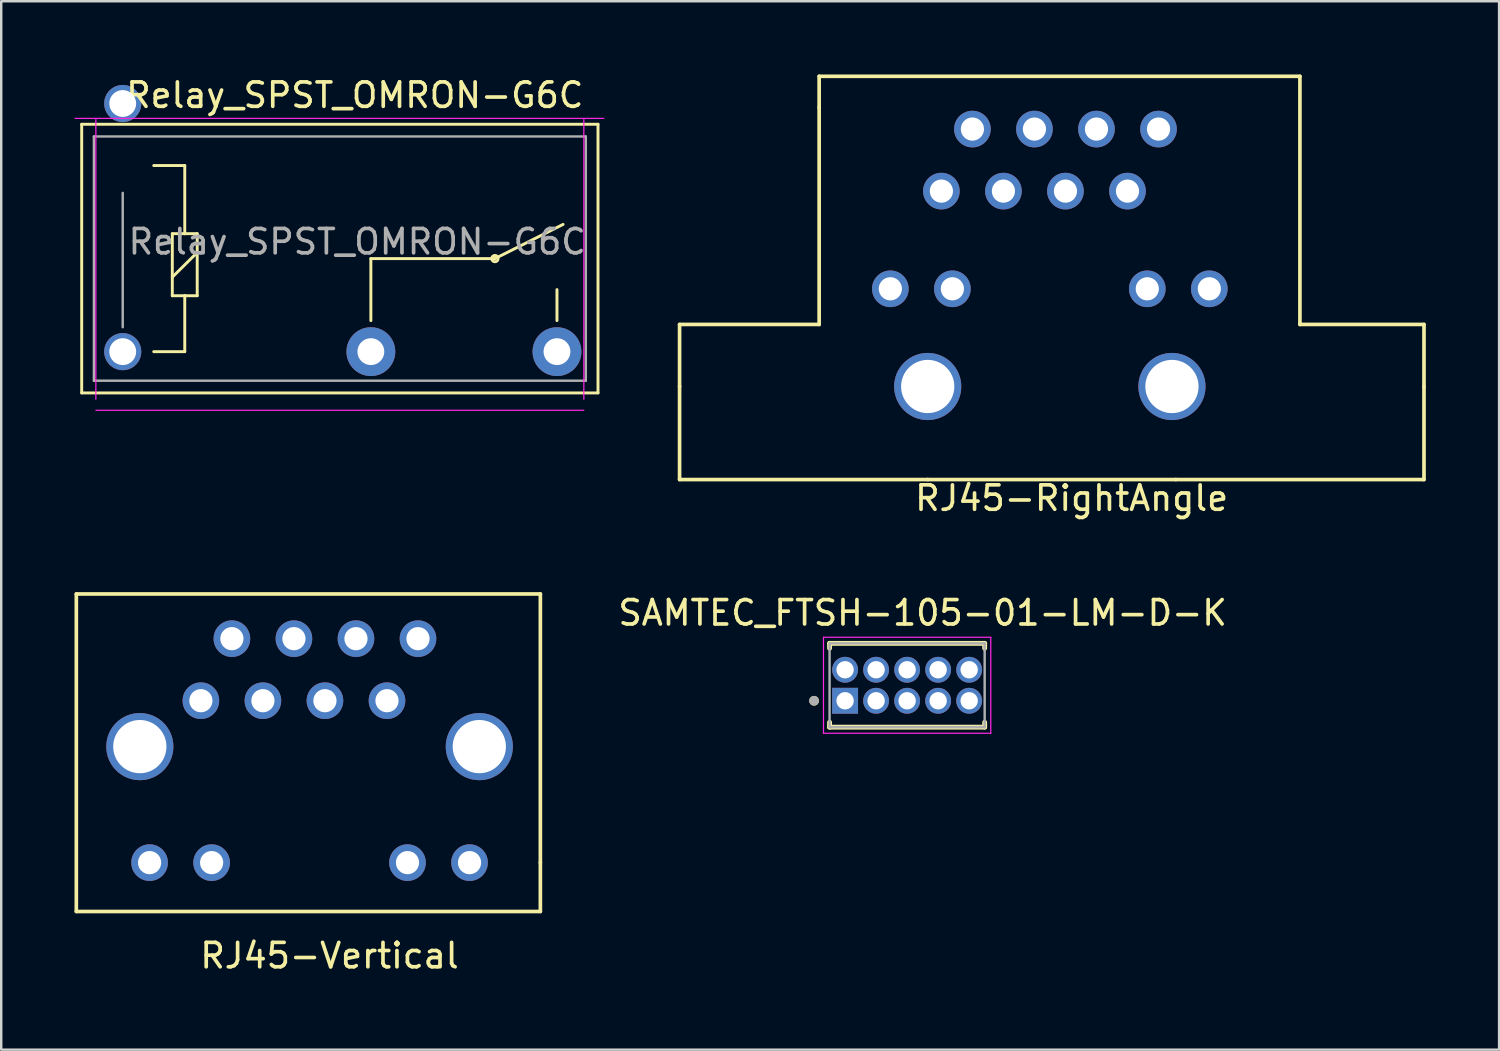
<source format=kicad_pcb>
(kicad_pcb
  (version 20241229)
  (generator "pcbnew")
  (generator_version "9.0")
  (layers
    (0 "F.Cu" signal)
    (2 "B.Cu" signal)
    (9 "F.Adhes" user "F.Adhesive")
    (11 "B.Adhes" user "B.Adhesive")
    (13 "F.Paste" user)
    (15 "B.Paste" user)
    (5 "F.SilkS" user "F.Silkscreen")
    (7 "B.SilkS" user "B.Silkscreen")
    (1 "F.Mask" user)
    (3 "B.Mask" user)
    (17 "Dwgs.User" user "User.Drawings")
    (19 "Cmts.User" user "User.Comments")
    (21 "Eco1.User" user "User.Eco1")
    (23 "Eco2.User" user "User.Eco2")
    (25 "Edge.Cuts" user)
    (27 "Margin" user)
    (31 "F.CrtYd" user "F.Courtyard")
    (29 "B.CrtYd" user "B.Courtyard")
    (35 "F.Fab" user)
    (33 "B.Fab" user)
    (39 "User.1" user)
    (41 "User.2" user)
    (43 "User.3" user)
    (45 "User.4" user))
  (footprint "RJ45-RightAngle"
    (layer "F.Cu")
    (at 34.935 12.775)
    (property "Reference" "RJ45-RightAngle" (at 5.893 4.572 0) (layer "F.SilkS") (effects (font (size 1 1) (thickness 0.15))))
    (attr through_hole)
    (fp_line (start -10.16 -2.54) (end -10.16 0) (stroke (width 0.15) (type solid)) (layer "F.SilkS"))
    (fp_line (start -10.16 -2.54) (end -4.445 -2.54) (stroke (width 0.15) (type solid)) (layer "F.SilkS"))
    (fp_line (start -10.16 0) (end -10.16 3.81) (stroke (width 0.15) (type solid)) (layer "F.SilkS"))
    (fp_line (start -10.16 3.81) (end 0 3.81) (stroke (width 0.15) (type solid)) (layer "F.SilkS"))
    (fp_line (start -4.445 -12.7) (end -4.445 -11.43) (stroke (width 0.15) (type solid)) (layer "F.SilkS"))
    (fp_line (start -4.445 -12.7) (end 15.24 -12.7) (stroke (width 0.15) (type solid)) (layer "F.SilkS"))
    (fp_line (start -4.445 -2.54) (end -4.445 -11.43) (stroke (width 0.15) (type solid)) (layer "F.SilkS"))
    (fp_line (start 10.16 3.81) (end 0 3.81) (stroke (width 0.15) (type solid)) (layer "F.SilkS"))
    (fp_line (start 15.24 -2.54) (end 15.24 -12.7) (stroke (width 0.15) (type solid)) (layer "F.SilkS"))
    (fp_line (start 20.32 -2.54) (end 15.24 -2.54) (stroke (width 0.15) (type solid)) (layer "F.SilkS"))
    (fp_line (start 20.32 -2.54) (end 20.32 0) (stroke (width 0.15) (type solid)) (layer "F.SilkS"))
    (fp_line (start 20.32 0) (end 20.32 3.81) (stroke (width 0.15) (type solid)) (layer "F.SilkS"))
    (fp_line (start 20.32 3.81) (end 10.16 3.81) (stroke (width 0.15) (type solid)) (layer "F.SilkS"))
    (pad "1" thru_hole circle (at 0.56 -8) (size 1.5 1.5) (drill 0.95) (layers "*.Cu" "*.Mask"))
    (pad "2" thru_hole circle (at 1.83 -10.54) (size 1.5 1.5) (drill 0.95) (layers "*.Cu" "*.Mask"))
    (pad "3" thru_hole circle (at 3.1 -8) (size 1.5 1.5) (drill 0.95) (layers "*.Cu" "*.Mask"))
    (pad "4" thru_hole circle (at 4.37 -10.54) (size 1.5 1.5) (drill 0.95) (layers "*.Cu" "*.Mask"))
    (pad "5" thru_hole circle (at 5.64 -8) (size 1.5 1.5) (drill 0.95) (layers "*.Cu" "*.Mask"))
    (pad "6" thru_hole circle (at 6.91 -10.54) (size 1.5 1.5) (drill 0.95) (layers "*.Cu" "*.Mask"))
    (pad "7" thru_hole circle (at 8.18 -8) (size 1.5 1.5) (drill 0.95) (layers "*.Cu" "*.Mask"))
    (pad "8" thru_hole circle (at 9.45 -10.54) (size 1.5 1.5) (drill 0.95) (layers "*.Cu" "*.Mask"))
    (pad "9" thru_hole circle (at 11.53 -4) (size 1.5 1.5) (drill 0.95) (layers "*.Cu" "*.Mask"))
    (pad "10" thru_hole circle (at 8.99 -4) (size 1.5 1.5) (drill 0.95) (layers "*.Cu" "*.Mask"))
    (pad "11" thru_hole circle (at 1.01 -4) (size 1.5 1.5) (drill 0.95) (layers "*.Cu" "*.Mask"))
    (pad "12" thru_hole circle (at -1.53 -4) (size 1.5 1.5) (drill 0.95) (layers "*.Cu" "*.Mask"))
    (pad "13" thru_hole circle (at 0 0) (size 2.75 2.75) (drill 2.18) (layers "*.Cu" "*.Mask"))
    (pad "14" thru_hole circle (at 10 0) (size 2.75 2.75) (drill 2.18) (layers "*.Cu" "*.Mask")))
  (footprint "RJ45-Vertical"
    (layer "F.Cu")
    (at 3.075 32.27)
    (property "Reference" "RJ45-Vertical" (at 7.366 3.81 0) (layer "F.SilkS") (effects (font (size 1 1) (thickness 0.15))))
    (attr through_hole)
    (fp_line (start -3 -11) (end -3 2) (stroke (width 0.15) (type solid)) (layer "F.SilkS"))
    (fp_line (start -3 2) (end 16 2) (stroke (width 0.15) (type solid)) (layer "F.SilkS"))
    (fp_line (start 16 -11) (end -3 -11) (stroke (width 0.15) (type solid)) (layer "F.SilkS"))
    (fp_line (start 16 0) (end 16 -11) (stroke (width 0.15) (type solid)) (layer "F.SilkS"))
    (fp_line (start 16 2) (end 16 0) (stroke (width 0.15) (type solid)) (layer "F.SilkS"))
    (pad "1" thru_hole circle (at 2.1 -6.63) (size 1.5 1.5) (drill 0.95) (layers "*.Cu" "*.Mask"))
    (pad "2" thru_hole circle (at 3.37 -9.17) (size 1.5 1.5) (drill 0.95) (layers "*.Cu" "*.Mask"))
    (pad "3" thru_hole circle (at 4.64 -6.63) (size 1.5 1.5) (drill 0.95) (layers "*.Cu" "*.Mask"))
    (pad "4" thru_hole circle (at 5.91 -9.17) (size 1.5 1.5) (drill 0.95) (layers "*.Cu" "*.Mask"))
    (pad "5" thru_hole circle (at 7.18 -6.63) (size 1.5 1.5) (drill 0.95) (layers "*.Cu" "*.Mask"))
    (pad "6" thru_hole circle (at 8.45 -9.17) (size 1.5 1.5) (drill 0.95) (layers "*.Cu" "*.Mask" "F.Paste"))
    (pad "7" thru_hole circle (at 9.72 -6.63) (size 1.5 1.5) (drill 0.95) (layers "*.Cu" "*.Mask"))
    (pad "8" thru_hole circle (at 10.99 -9.17) (size 1.5 1.5) (drill 0.95) (layers "*.Cu" "*.Mask"))
    (pad "9" thru_hole circle (at 13.1 0) (size 1.5 1.5) (drill 0.95) (layers "*.Cu" "*.Mask"))
    (pad "10" thru_hole circle (at 10.56 0) (size 1.5 1.5) (drill 0.95) (layers "*.Cu" "*.Mask"))
    (pad "11" thru_hole circle (at 2.54 0) (size 1.5 1.5) (drill 0.95) (layers "*.Cu" "*.Mask"))
    (pad "12" thru_hole circle (at 0 0) (size 1.5 1.5) (drill 0.95) (layers "*.Cu" "*.Mask"))
    (pad "13" thru_hole circle (at -0.4 -4.75) (size 2.75 2.75) (drill 2.18) (layers "*.Cu" "*.Mask"))
    (pad "14" thru_hole circle (at 13.5 -4.75) (size 2.75 2.75) (drill 2.18) (layers "*.Cu" "*.Mask")))
  (footprint "Relay_SPST_OMRON-G6C"
    (layer "F.Cu")
    (at 1.975 11.348)
    (property "Reference" "Relay_SPST_OMRON-G6C" (at 9.5 -10.5 180) (layer "F.SilkS") (effects (font (size 1 1) (thickness 0.15))))
    (attr through_hole)
    (fp_line (start -1.68 -9.31) (end 19.46 -9.31) (stroke (width 0.12) (type solid)) (layer "F.SilkS"))
    (fp_line (start -1.68 1.69) (end -1.68 -9.31) (stroke (width 0.12) (type solid)) (layer "F.SilkS"))
    (fp_line (start -1.68 1.69) (end 19.46 1.69) (stroke (width 0.12) (type solid)) (layer "F.SilkS"))
    (fp_line (start 1.27 0) (end 2.54 0) (stroke (width 0.12) (type solid)) (layer "F.SilkS"))
    (fp_line (start 2.03 -4.83) (end 2.54 -4.83) (stroke (width 0.12) (type solid)) (layer "F.SilkS"))
    (fp_line (start 2.03 -3.05) (end 3.05 -4.06) (stroke (width 0.12) (type solid)) (layer "F.SilkS"))
    (fp_line (start 2.03 -2.29) (end 2.03 -4.83) (stroke (width 0.12) (type solid)) (layer "F.SilkS"))
    (fp_line (start 2.54 -7.62) (end 1.27 -7.62) (stroke (width 0.12) (type solid)) (layer "F.SilkS"))
    (fp_line (start 2.54 -4.83) (end 2.54 -7.62) (stroke (width 0.12) (type solid)) (layer "F.SilkS"))
    (fp_line (start 2.54 -4.83) (end 3.05 -4.83) (stroke (width 0.12) (type solid)) (layer "F.SilkS"))
    (fp_line (start 2.54 -2.29) (end 2.03 -2.29) (stroke (width 0.12) (type solid)) (layer "F.SilkS"))
    (fp_line (start 2.54 0) (end 2.54 -2.29) (stroke (width 0.12) (type solid)) (layer "F.SilkS"))
    (fp_line (start 3.05 -4.83) (end 3.05 -2.29) (stroke (width 0.12) (type solid)) (layer "F.SilkS"))
    (fp_line (start 3.05 -2.29) (end 2.54 -2.29) (stroke (width 0.12) (type solid)) (layer "F.SilkS"))
    (fp_line (start 10.16 -3.81) (end 15.24 -3.81) (stroke (width 0.12) (type solid)) (layer "F.SilkS"))
    (fp_line (start 10.16 -1.27) (end 10.16 -3.81) (stroke (width 0.12) (type solid)) (layer "F.SilkS"))
    (fp_line (start 15.24 -3.81) (end 18.03 -5.21) (stroke (width 0.12) (type solid)) (layer "F.SilkS"))
    (fp_line (start 17.78 -1.27) (end 17.78 -2.54) (stroke (width 0.12) (type solid)) (layer "F.SilkS"))
    (fp_line (start 19.46 1.69) (end 19.46 -9.31) (stroke (width 0.12) (type solid)) (layer "F.SilkS"))
    (fp_circle (center 15.24 -3.81) (end 15.24 -3.68) (stroke (width 0.12) (type solid)) (fill no) (layer "F.SilkS"))
    (fp_line (start -1.95 -9.55) (end 19.7 -9.55) (stroke (width 0.05) (type solid)) (layer "F.CrtYd"))
    (fp_line (start -1.1 1.95) (end -1.1 -9.55) (stroke (width 0.05) (type solid)) (layer "F.CrtYd"))
    (fp_line (start 18.88 -9.55) (end 18.88 1.95) (stroke (width 0.05) (type solid)) (layer "F.CrtYd"))
    (fp_line (start 18.88 2.4) (end -1.1 2.4) (stroke (width 0.05) (type solid)) (layer "F.CrtYd"))
    (fp_line (start -1.18 -8.81) (end 18.96 -8.81) (stroke (width 0.1) (type solid)) (layer "F.Fab"))
    (fp_line (start -1.18 1.19) (end -1.18 -8.81) (stroke (width 0.1) (type solid)) (layer "F.Fab"))
    (fp_line (start 0 -1) (end 0 -6.5) (stroke (width 0.1) (type solid)) (layer "F.Fab"))
    (fp_line (start 18.96 -8.81) (end 18.96 1.19) (stroke (width 0.1) (type solid)) (layer "F.Fab"))
    (fp_line (start 18.96 1.19) (end -1.18 1.19) (stroke (width 0.1) (type solid)) (layer "F.Fab"))
    (fp_text user "${REFERENCE}" (at 9.6 -4.5 0) (layer "F.Fab") (effects (font (size 1 1) (thickness 0.15))))
    (pad "1" thru_hole circle (at 0 0 180) (size 1.52 1.52) (drill 1.1) (layers "*.Cu" "*.Mask"))
    (pad "3" thru_hole circle (at 10.16 0 180) (size 2 2) (drill 1.1) (layers "*.Cu" "*.Mask"))
    (pad "3" thru_hole circle (at 17.78 0 180) (size 2 2) (drill 1.1) (layers "*.Cu" "*.Mask"))
    (pad "5" thru_hole circle (at 0 -10.16 180) (size 1.52 1.52) (drill 1.1) (layers "*.Cu" "*.Mask")))
  (footprint "SAMTEC_FTSH-105-01-LM-D-K"
    (layer "F.Cu")
    (at 31.552 25.643)
    (property "Reference" "SAMTEC_FTSH-105-01-LM-D-K" (at 3.175 -3.6 0) (layer "F.SilkS") (effects (font (size 1 1) (thickness 0.15))))
    (attr through_hole)
    (fp_line (start -0.635 -2.35) (end -0.635 -2.15) (stroke (width 0.2) (type solid)) (layer "F.SilkS"))
    (fp_line (start -0.635 -2.35) (end 5.715 -2.35) (stroke (width 0.2) (type solid)) (layer "F.SilkS"))
    (fp_line (start -0.635 1.08) (end -0.635 0.88) (stroke (width 0.2) (type solid)) (layer "F.SilkS"))
    (fp_line (start -0.635 1.08) (end 5.715 1.08) (stroke (width 0.2) (type solid)) (layer "F.SilkS"))
    (fp_line (start 5.715 -2.35) (end 5.715 -2.15) (stroke (width 0.2) (type solid)) (layer "F.SilkS"))
    (fp_line (start 5.715 1.08) (end 5.715 0.88) (stroke (width 0.2) (type solid)) (layer "F.SilkS"))
    (fp_circle (center -1.27 0) (end -1.17 0) (stroke (width 0.2) (type solid)) (fill no) (layer "F.SilkS"))
    (fp_line (start -0.885 -2.6) (end -0.885 1.33) (stroke (width 0.05) (type solid)) (layer "F.CrtYd"))
    (fp_line (start -0.885 -2.6) (end 5.965 -2.6) (stroke (width 0.05) (type solid)) (layer "F.CrtYd"))
    (fp_line (start 5.965 -2.6) (end 5.965 1.33) (stroke (width 0.05) (type solid)) (layer "F.CrtYd"))
    (fp_line (start 5.965 1.33) (end -0.885 1.33) (stroke (width 0.05) (type solid)) (layer "F.CrtYd"))
    (fp_line (start -0.635 -2.35) (end -0.635 1.08) (stroke (width 0.1) (type solid)) (layer "F.Fab"))
    (fp_line (start -0.635 -2.35) (end 5.715 -2.35) (stroke (width 0.1) (type solid)) (layer "F.Fab"))
    (fp_line (start -0.635 1.08) (end 5.715 1.08) (stroke (width 0.1) (type solid)) (layer "F.Fab"))
    (fp_line (start 5.715 -2.35) (end 5.715 1.08) (stroke (width 0.1) (type solid)) (layer "F.Fab"))
    (fp_circle (center -1.27 0) (end -1.17 0) (stroke (width 0.2) (type solid)) (fill no) (layer "F.Fab"))
    (pad "1" thru_hole rect (at 0 0) (size 1.06 1.06) (drill 0.71) (layers "*.Cu" "*.Mask"))
    (pad "2" thru_hole circle (at 0 -1.27) (size 1.06 1.06) (drill 0.71) (layers "*.Cu" "*.Mask"))
    (pad "3" thru_hole circle (at 1.27 0) (size 1.06 1.06) (drill 0.71) (layers "*.Cu" "*.Mask"))
    (pad "4" thru_hole circle (at 1.27 -1.27) (size 1.06 1.06) (drill 0.71) (layers "*.Cu" "*.Mask"))
    (pad "5" thru_hole circle (at 2.54 0) (size 1.06 1.06) (drill 0.71) (layers "*.Cu" "*.Mask"))
    (pad "6" thru_hole circle (at 2.54 -1.27) (size 1.06 1.06) (drill 0.71) (layers "*.Cu" "*.Mask"))
    (pad "7" thru_hole circle (at 3.81 0) (size 1.06 1.06) (drill 0.71) (layers "*.Cu" "*.Mask"))
    (pad "8" thru_hole circle (at 3.81 -1.27) (size 1.06 1.06) (drill 0.71) (layers "*.Cu" "*.Mask"))
    (pad "9" thru_hole circle (at 5.08 0) (size 1.06 1.06) (drill 0.71) (layers "*.Cu" "*.Mask"))
    (pad "10" thru_hole circle (at 5.08 -1.27) (size 1.06 1.06) (drill 0.71) (layers "*.Cu" "*.Mask")))
  (gr_rect
    (start -3 -3)
    (end 58.33 39.928)
    (stroke (width 0.1) (type default))
    (fill no)
    (layer "Edge.Cuts")))
</source>
